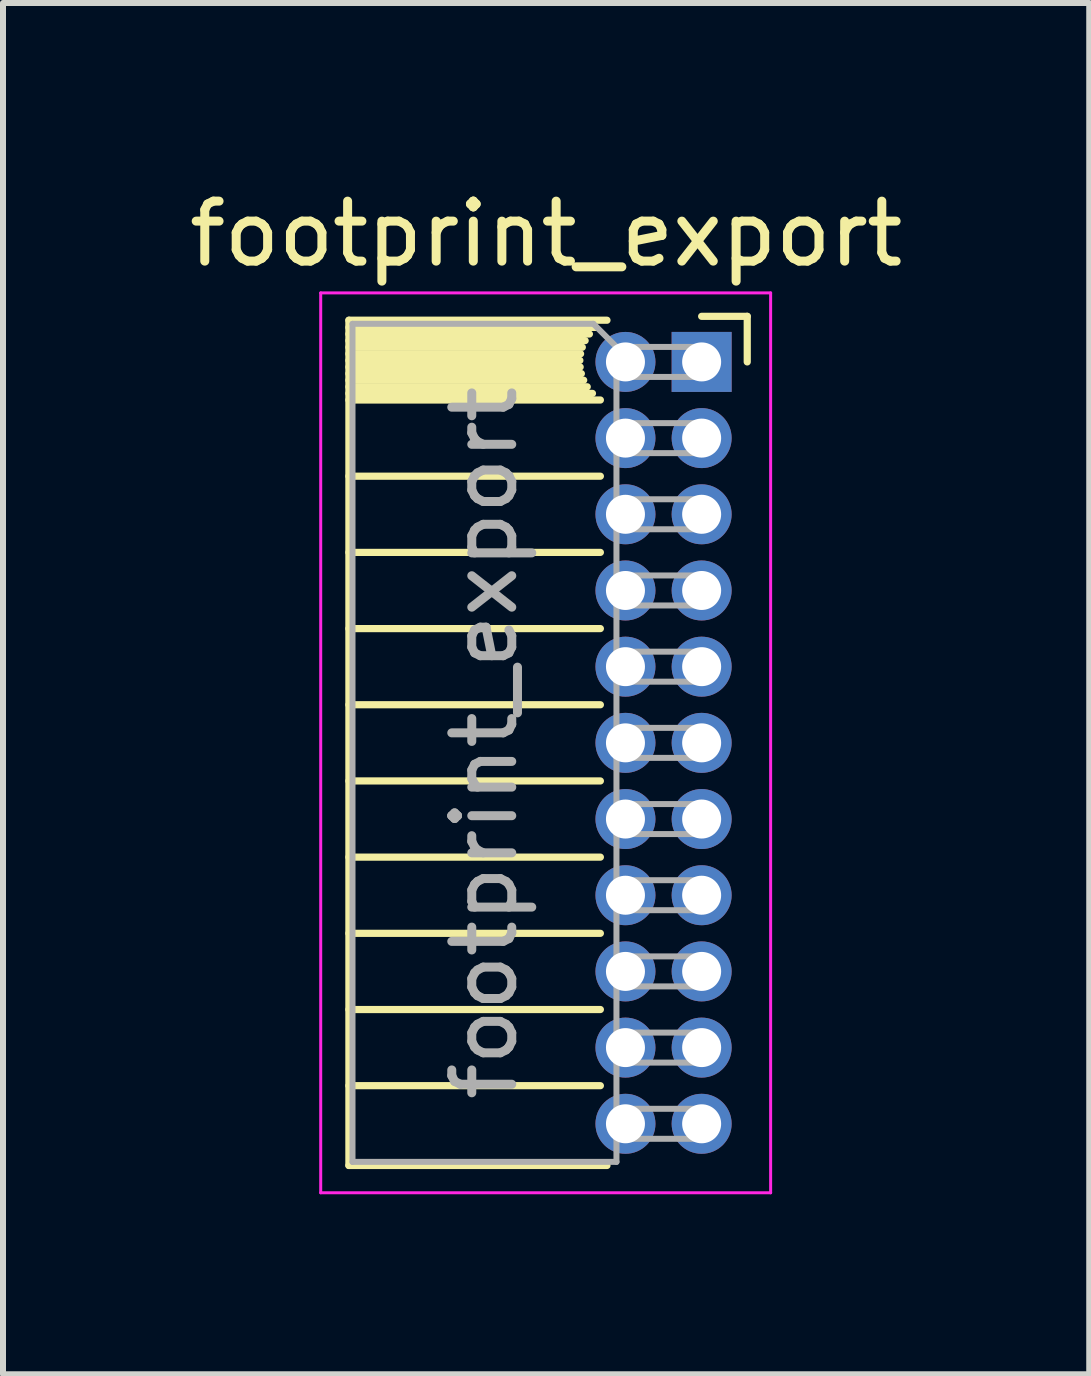
<source format=kicad_pcb>
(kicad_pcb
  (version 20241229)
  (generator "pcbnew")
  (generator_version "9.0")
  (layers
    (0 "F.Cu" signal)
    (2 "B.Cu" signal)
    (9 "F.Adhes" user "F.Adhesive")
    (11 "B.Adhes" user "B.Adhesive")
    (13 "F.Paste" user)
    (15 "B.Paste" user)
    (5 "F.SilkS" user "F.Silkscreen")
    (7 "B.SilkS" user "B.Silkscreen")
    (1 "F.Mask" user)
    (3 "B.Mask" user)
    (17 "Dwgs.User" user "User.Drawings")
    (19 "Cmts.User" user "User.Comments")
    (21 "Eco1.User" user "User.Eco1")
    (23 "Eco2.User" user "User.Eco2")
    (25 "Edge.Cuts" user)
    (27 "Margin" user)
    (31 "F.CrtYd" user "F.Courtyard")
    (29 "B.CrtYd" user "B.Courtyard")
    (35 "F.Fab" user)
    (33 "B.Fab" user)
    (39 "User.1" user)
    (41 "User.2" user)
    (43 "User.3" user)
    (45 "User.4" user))
  (footprint "footprint_export"
    (layer "F.Cu")
    (at 8.646 2.983)
    (property "Reference" "footprint_export" (at -2.592 -2.135 0) (layer "F.SilkS") (effects (font (size 1 1) (thickness 0.15))))
    (attr through_hole)
    (fp_line (start -5.88 -0.695) (end -5.88 13.395) (stroke (width 0.12) (type solid)) (layer "F.SilkS"))
    (fp_line (start -5.88 -0.695) (end -1.578 -0.695) (stroke (width 0.12) (type solid)) (layer "F.SilkS"))
    (fp_line (start -5.88 -0.575) (end -1.767 -0.575) (stroke (width 0.12) (type solid)) (layer "F.SilkS"))
    (fp_line (start -5.88 -0.465) (end -1.871 -0.465) (stroke (width 0.12) (type solid)) (layer "F.SilkS"))
    (fp_line (start -5.88 -0.355) (end -1.942 -0.355) (stroke (width 0.12) (type solid)) (layer "F.SilkS"))
    (fp_line (start -5.88 -0.245) (end -1.989 -0.245) (stroke (width 0.12) (type solid)) (layer "F.SilkS"))
    (fp_line (start -5.88 -0.135) (end -2.018 -0.135) (stroke (width 0.12) (type solid)) (layer "F.SilkS"))
    (fp_line (start -5.88 -0.025) (end -2.03 -0.025) (stroke (width 0.12) (type solid)) (layer "F.SilkS"))
    (fp_line (start -5.88 0.085) (end -2.025 0.085) (stroke (width 0.12) (type solid)) (layer "F.SilkS"))
    (fp_line (start -5.88 0.195) (end -2.005 0.195) (stroke (width 0.12) (type solid)) (layer "F.SilkS"))
    (fp_line (start -5.88 0.305) (end -1.966 0.305) (stroke (width 0.12) (type solid)) (layer "F.SilkS"))
    (fp_line (start -5.88 0.415) (end -1.907 0.415) (stroke (width 0.12) (type solid)) (layer "F.SilkS"))
    (fp_line (start -5.88 0.525) (end -1.82 0.525) (stroke (width 0.12) (type solid)) (layer "F.SilkS"))
    (fp_line (start -5.88 0.635) (end -1.688 0.635) (stroke (width 0.12) (type solid)) (layer "F.SilkS"))
    (fp_line (start -5.88 1.905) (end -1.688 1.905) (stroke (width 0.12) (type solid)) (layer "F.SilkS"))
    (fp_line (start -5.88 3.175) (end -1.688 3.175) (stroke (width 0.12) (type solid)) (layer "F.SilkS"))
    (fp_line (start -5.88 4.445) (end -1.688 4.445) (stroke (width 0.12) (type solid)) (layer "F.SilkS"))
    (fp_line (start -5.88 5.715) (end -1.688 5.715) (stroke (width 0.12) (type solid)) (layer "F.SilkS"))
    (fp_line (start -5.88 6.985) (end -1.688 6.985) (stroke (width 0.12) (type solid)) (layer "F.SilkS"))
    (fp_line (start -5.88 8.255) (end -1.688 8.255) (stroke (width 0.12) (type solid)) (layer "F.SilkS"))
    (fp_line (start -5.88 9.525) (end -1.688 9.525) (stroke (width 0.12) (type solid)) (layer "F.SilkS"))
    (fp_line (start -5.88 10.795) (end -1.688 10.795) (stroke (width 0.12) (type solid)) (layer "F.SilkS"))
    (fp_line (start -5.88 12.065) (end -1.688 12.065) (stroke (width 0.12) (type solid)) (layer "F.SilkS"))
    (fp_line (start -5.88 13.395) (end -1.578 13.395) (stroke (width 0.12) (type solid)) (layer "F.SilkS"))
    (fp_line (start 0 -0.76) (end 0.76 -0.76) (stroke (width 0.12) (type solid)) (layer "F.SilkS"))
    (fp_line (start 0.76 -0.76) (end 0.76 0) (stroke (width 0.12) (type solid)) (layer "F.SilkS"))
    (fp_line (start -6.35 -1.15) (end -6.35 13.85) (stroke (width 0.05) (type solid)) (layer "F.CrtYd"))
    (fp_line (start -6.35 13.85) (end 1.15 13.85) (stroke (width 0.05) (type solid)) (layer "F.CrtYd"))
    (fp_line (start 1.15 -1.15) (end -6.35 -1.15) (stroke (width 0.05) (type solid)) (layer "F.CrtYd"))
    (fp_line (start 1.15 13.85) (end 1.15 -1.15) (stroke (width 0.05) (type solid)) (layer "F.CrtYd"))
    (fp_line (start -5.82 -0.635) (end -1.805 -0.635) (stroke (width 0.1) (type solid)) (layer "F.Fab"))
    (fp_line (start -5.82 13.335) (end -5.82 -0.635) (stroke (width 0.1) (type solid)) (layer "F.Fab"))
    (fp_line (start -1.805 -0.635) (end -1.42 -0.25) (stroke (width 0.1) (type solid)) (layer "F.Fab"))
    (fp_line (start -1.42 -0.25) (end -1.42 13.335) (stroke (width 0.1) (type solid)) (layer "F.Fab"))
    (fp_line (start -1.42 0.25) (end 0 0.25) (stroke (width 0.1) (type solid)) (layer "F.Fab"))
    (fp_line (start -1.42 1.52) (end 0 1.52) (stroke (width 0.1) (type solid)) (layer "F.Fab"))
    (fp_line (start -1.42 2.79) (end 0 2.79) (stroke (width 0.1) (type solid)) (layer "F.Fab"))
    (fp_line (start -1.42 4.06) (end 0 4.06) (stroke (width 0.1) (type solid)) (layer "F.Fab"))
    (fp_line (start -1.42 5.33) (end 0 5.33) (stroke (width 0.1) (type solid)) (layer "F.Fab"))
    (fp_line (start -1.42 6.6) (end 0 6.6) (stroke (width 0.1) (type solid)) (layer "F.Fab"))
    (fp_line (start -1.42 7.87) (end 0 7.87) (stroke (width 0.1) (type solid)) (layer "F.Fab"))
    (fp_line (start -1.42 9.14) (end 0 9.14) (stroke (width 0.1) (type solid)) (layer "F.Fab"))
    (fp_line (start -1.42 10.41) (end 0 10.41) (stroke (width 0.1) (type solid)) (layer "F.Fab"))
    (fp_line (start -1.42 11.68) (end 0 11.68) (stroke (width 0.1) (type solid)) (layer "F.Fab"))
    (fp_line (start -1.42 12.95) (end 0 12.95) (stroke (width 0.1) (type solid)) (layer "F.Fab"))
    (fp_line (start -1.42 13.335) (end -5.82 13.335) (stroke (width 0.1) (type solid)) (layer "F.Fab"))
    (fp_line (start 0 -0.25) (end -1.42 -0.25) (stroke (width 0.1) (type solid)) (layer "F.Fab"))
    (fp_line (start 0 0.25) (end 0 -0.25) (stroke (width 0.1) (type solid)) (layer "F.Fab"))
    (fp_line (start 0 1.02) (end -1.42 1.02) (stroke (width 0.1) (type solid)) (layer "F.Fab"))
    (fp_line (start 0 1.52) (end 0 1.02) (stroke (width 0.1) (type solid)) (layer "F.Fab"))
    (fp_line (start 0 2.29) (end -1.42 2.29) (stroke (width 0.1) (type solid)) (layer "F.Fab"))
    (fp_line (start 0 2.79) (end 0 2.29) (stroke (width 0.1) (type solid)) (layer "F.Fab"))
    (fp_line (start 0 3.56) (end -1.42 3.56) (stroke (width 0.1) (type solid)) (layer "F.Fab"))
    (fp_line (start 0 4.06) (end 0 3.56) (stroke (width 0.1) (type solid)) (layer "F.Fab"))
    (fp_line (start 0 4.83) (end -1.42 4.83) (stroke (width 0.1) (type solid)) (layer "F.Fab"))
    (fp_line (start 0 5.33) (end 0 4.83) (stroke (width 0.1) (type solid)) (layer "F.Fab"))
    (fp_line (start 0 6.1) (end -1.42 6.1) (stroke (width 0.1) (type solid)) (layer "F.Fab"))
    (fp_line (start 0 6.6) (end 0 6.1) (stroke (width 0.1) (type solid)) (layer "F.Fab"))
    (fp_line (start 0 7.37) (end -1.42 7.37) (stroke (width 0.1) (type solid)) (layer "F.Fab"))
    (fp_line (start 0 7.87) (end 0 7.37) (stroke (width 0.1) (type solid)) (layer "F.Fab"))
    (fp_line (start 0 8.64) (end -1.42 8.64) (stroke (width 0.1) (type solid)) (layer "F.Fab"))
    (fp_line (start 0 9.14) (end 0 8.64) (stroke (width 0.1) (type solid)) (layer "F.Fab"))
    (fp_line (start 0 9.91) (end -1.42 9.91) (stroke (width 0.1) (type solid)) (layer "F.Fab"))
    (fp_line (start 0 10.41) (end 0 9.91) (stroke (width 0.1) (type solid)) (layer "F.Fab"))
    (fp_line (start 0 11.18) (end -1.42 11.18) (stroke (width 0.1) (type solid)) (layer "F.Fab"))
    (fp_line (start 0 11.68) (end 0 11.18) (stroke (width 0.1) (type solid)) (layer "F.Fab"))
    (fp_line (start 0 12.45) (end -1.42 12.45) (stroke (width 0.1) (type solid)) (layer "F.Fab"))
    (fp_line (start 0 12.95) (end 0 12.45) (stroke (width 0.1) (type solid)) (layer "F.Fab"))
    (fp_text user "${REFERENCE}" (at -3.62 6.35 90) (layer "F.Fab") (effects (font (size 1 1) (thickness 0.15))))
    (pad "1" thru_hole rect (at 0 0) (size 1 1) (drill 0.65) (layers "*.Cu" "*.Mask"))
    (pad "2" thru_hole oval (at -1.27 0) (size 1 1) (drill 0.65) (layers "*.Cu" "*.Mask"))
    (pad "3" thru_hole oval (at 0 1.27) (size 1 1) (drill 0.65) (layers "*.Cu" "*.Mask"))
    (pad "4" thru_hole oval (at -1.27 1.27) (size 1 1) (drill 0.65) (layers "*.Cu" "*.Mask"))
    (pad "5" thru_hole oval (at 0 2.54) (size 1 1) (drill 0.65) (layers "*.Cu" "*.Mask"))
    (pad "6" thru_hole oval (at -1.27 2.54) (size 1 1) (drill 0.65) (layers "*.Cu" "*.Mask"))
    (pad "7" thru_hole oval (at 0 3.81) (size 1 1) (drill 0.65) (layers "*.Cu" "*.Mask"))
    (pad "8" thru_hole oval (at -1.27 3.81) (size 1 1) (drill 0.65) (layers "*.Cu" "*.Mask"))
    (pad "9" thru_hole oval (at 0 5.08) (size 1 1) (drill 0.65) (layers "*.Cu" "*.Mask"))
    (pad "10" thru_hole oval (at -1.27 5.08) (size 1 1) (drill 0.65) (layers "*.Cu" "*.Mask"))
    (pad "11" thru_hole oval (at 0 6.35) (size 1 1) (drill 0.65) (layers "*.Cu" "*.Mask"))
    (pad "12" thru_hole oval (at -1.27 6.35) (size 1 1) (drill 0.65) (layers "*.Cu" "*.Mask"))
    (pad "13" thru_hole oval (at 0 7.62) (size 1 1) (drill 0.65) (layers "*.Cu" "*.Mask"))
    (pad "14" thru_hole oval (at -1.27 7.62) (size 1 1) (drill 0.65) (layers "*.Cu" "*.Mask"))
    (pad "15" thru_hole oval (at 0 8.89) (size 1 1) (drill 0.65) (layers "*.Cu" "*.Mask"))
    (pad "16" thru_hole oval (at -1.27 8.89) (size 1 1) (drill 0.65) (layers "*.Cu" "*.Mask"))
    (pad "17" thru_hole oval (at 0 10.16) (size 1 1) (drill 0.65) (layers "*.Cu" "*.Mask"))
    (pad "18" thru_hole oval (at -1.27 10.16) (size 1 1) (drill 0.65) (layers "*.Cu" "*.Mask"))
    (pad "19" thru_hole oval (at 0 11.43) (size 1 1) (drill 0.65) (layers "*.Cu" "*.Mask"))
    (pad "20" thru_hole oval (at -1.27 11.43) (size 1 1) (drill 0.65) (layers "*.Cu" "*.Mask"))
    (pad "21" thru_hole oval (at 0 12.7) (size 1 1) (drill 0.65) (layers "*.Cu" "*.Mask"))
    (pad "22" thru_hole oval (at -1.27 12.7) (size 1 1) (drill 0.65) (layers "*.Cu" "*.Mask")))
  (gr_rect
    (start -3 -3)
    (end 15.107 19.858)
    (stroke (width 0.1) (type default))
    (fill no)
    (layer "Edge.Cuts")))
</source>
